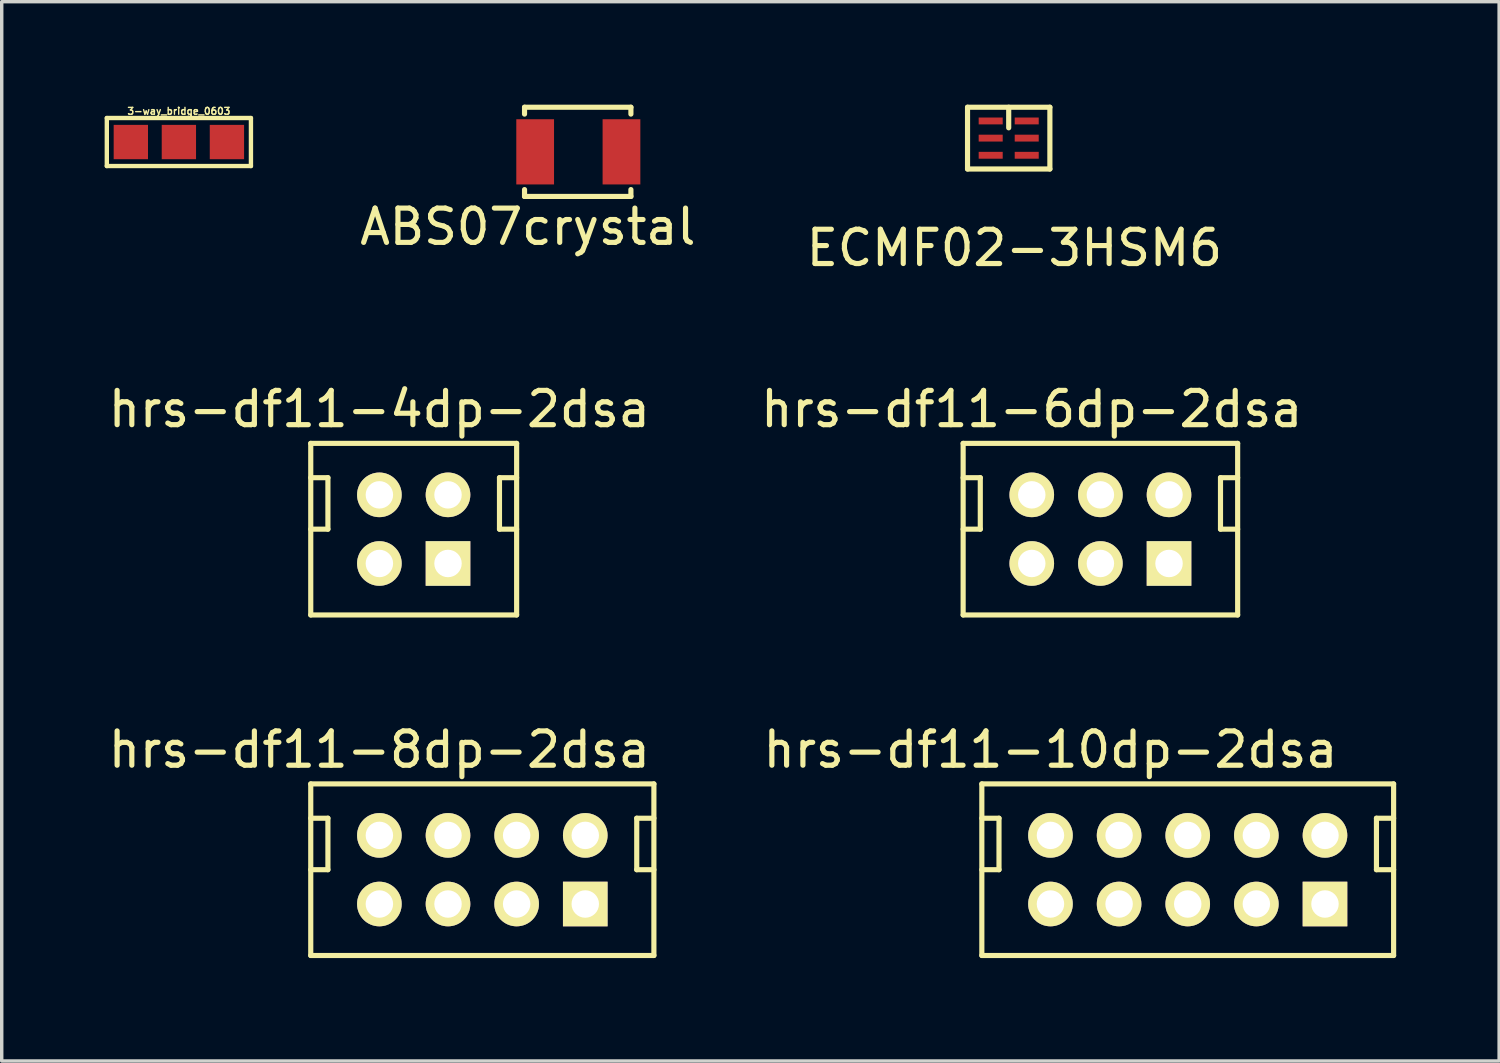
<source format=kicad_pcb>
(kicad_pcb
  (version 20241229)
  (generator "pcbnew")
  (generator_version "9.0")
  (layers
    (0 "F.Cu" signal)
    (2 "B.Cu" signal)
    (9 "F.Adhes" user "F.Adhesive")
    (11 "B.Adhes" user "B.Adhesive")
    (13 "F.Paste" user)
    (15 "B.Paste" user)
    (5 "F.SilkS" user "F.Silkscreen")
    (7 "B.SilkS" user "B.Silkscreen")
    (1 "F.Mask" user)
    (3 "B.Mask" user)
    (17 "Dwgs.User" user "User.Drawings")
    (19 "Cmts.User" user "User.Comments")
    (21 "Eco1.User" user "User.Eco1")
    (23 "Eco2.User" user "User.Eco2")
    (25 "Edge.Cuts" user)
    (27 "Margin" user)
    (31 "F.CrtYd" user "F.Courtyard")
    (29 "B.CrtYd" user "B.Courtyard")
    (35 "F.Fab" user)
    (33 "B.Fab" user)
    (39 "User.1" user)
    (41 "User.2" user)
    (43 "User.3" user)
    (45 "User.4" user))
  (footprint "hrs-df11-10dp-2dsa"
    (layer "F.Cu")
    (at 31.563 22.295)
    (property "Reference" "hrs-df11-10dp-2dsa" (at -4 -3.5 0) (layer "F.SilkS") (effects (font (size 1 1) (thickness 0.15))))
    (attr through_hole)
    (fp_line (start -6 -2.5) (end 6 -2.5) (stroke (width 0.15) (type solid)) (layer "F.SilkS"))
    (fp_line (start -6 -1.5) (end -5.5 -1.5) (stroke (width 0.15) (type solid)) (layer "F.SilkS"))
    (fp_line (start -6 2.5) (end -6 -2.5) (stroke (width 0.15) (type solid)) (layer "F.SilkS"))
    (fp_line (start -6 2.5) (end 6 2.5) (stroke (width 0.15) (type solid)) (layer "F.SilkS"))
    (fp_line (start -5.5 -1.5) (end -5.5 0) (stroke (width 0.15) (type solid)) (layer "F.SilkS"))
    (fp_line (start -5.5 0) (end -6 0) (stroke (width 0.15) (type solid)) (layer "F.SilkS"))
    (fp_line (start 5.5 -1.5) (end 5.5 0) (stroke (width 0.15) (type solid)) (layer "F.SilkS"))
    (fp_line (start 5.5 0) (end 6 0) (stroke (width 0.15) (type solid)) (layer "F.SilkS"))
    (fp_line (start 6 -2.5) (end 6 2.5) (stroke (width 0.15) (type solid)) (layer "F.SilkS"))
    (fp_line (start 6 -1.5) (end 5.5 -1.5) (stroke (width 0.15) (type solid)) (layer "F.SilkS"))
    (pad "1" thru_hole rect (at 4 1) (size 1.3 1.3) (drill 0.8) (layers "*.Cu" "*.Mask" "F.SilkS"))
    (pad "2" thru_hole circle (at 4 -1) (size 1.3 1.3) (drill 0.8) (layers "*.Cu" "*.Mask" "F.SilkS"))
    (pad "3" thru_hole circle (at 2 1) (size 1.3 1.3) (drill 0.8) (layers "*.Cu" "*.Mask" "F.SilkS"))
    (pad "4" thru_hole circle (at 2 -1) (size 1.3 1.3) (drill 0.8) (layers "*.Cu" "*.Mask" "F.SilkS"))
    (pad "5" thru_hole circle (at 0 1) (size 1.3 1.3) (drill 0.8) (layers "*.Cu" "*.Mask" "F.SilkS"))
    (pad "6" thru_hole circle (at 0 -1) (size 1.3 1.3) (drill 0.8) (layers "*.Cu" "*.Mask" "F.SilkS"))
    (pad "7" thru_hole circle (at -2 1) (size 1.3 1.3) (drill 0.8) (layers "*.Cu" "*.Mask" "F.SilkS"))
    (pad "8" thru_hole circle (at -2 -1) (size 1.3 1.3) (drill 0.8) (layers "*.Cu" "*.Mask" "F.SilkS"))
    (pad "9" thru_hole circle (at -4 1) (size 1.3 1.3) (drill 0.8) (layers "*.Cu" "*.Mask" "F.SilkS"))
    (pad "10" thru_hole circle (at -4 -1) (size 1.3 1.3) (drill 0.8) (layers "*.Cu" "*.Mask" "F.SilkS")))
  (footprint "hrs-df11-6dp-2dsa"
    (layer "F.Cu")
    (at 29.018 12.371)
    (property "Reference" "hrs-df11-6dp-2dsa" (at -2 -3.5 0) (layer "F.SilkS") (effects (font (size 1 1) (thickness 0.15))))
    (attr through_hole)
    (fp_line (start -4 -2.5) (end 4 -2.5) (stroke (width 0.15) (type solid)) (layer "F.SilkS"))
    (fp_line (start -4 -1.5) (end -3.5 -1.5) (stroke (width 0.15) (type solid)) (layer "F.SilkS"))
    (fp_line (start -4 2.5) (end -4 -2.5) (stroke (width 0.15) (type solid)) (layer "F.SilkS"))
    (fp_line (start -4 2.5) (end 4 2.5) (stroke (width 0.15) (type solid)) (layer "F.SilkS"))
    (fp_line (start -3.5 -1.5) (end -3.5 0) (stroke (width 0.15) (type solid)) (layer "F.SilkS"))
    (fp_line (start -3.5 0) (end -4 0) (stroke (width 0.15) (type solid)) (layer "F.SilkS"))
    (fp_line (start 3.5 -1.5) (end 3.5 0) (stroke (width 0.15) (type solid)) (layer "F.SilkS"))
    (fp_line (start 3.5 0) (end 4 0) (stroke (width 0.15) (type solid)) (layer "F.SilkS"))
    (fp_line (start 4 -2.5) (end 4 2.5) (stroke (width 0.15) (type solid)) (layer "F.SilkS"))
    (fp_line (start 4 -1.5) (end 3.5 -1.5) (stroke (width 0.15) (type solid)) (layer "F.SilkS"))
    (pad "1" thru_hole rect (at 2 1) (size 1.3 1.3) (drill 0.8) (layers "*.Cu" "*.Mask" "F.SilkS"))
    (pad "2" thru_hole circle (at 2 -1) (size 1.3 1.3) (drill 0.8) (layers "*.Cu" "*.Mask" "F.SilkS"))
    (pad "3" thru_hole circle (at 0 1) (size 1.3 1.3) (drill 0.8) (layers "*.Cu" "*.Mask" "F.SilkS"))
    (pad "4" thru_hole circle (at 0 -1) (size 1.3 1.3) (drill 0.8) (layers "*.Cu" "*.Mask" "F.SilkS"))
    (pad "5" thru_hole circle (at -2 1) (size 1.3 1.3) (drill 0.8) (layers "*.Cu" "*.Mask" "F.SilkS"))
    (pad "6" thru_hole circle (at -2 -1) (size 1.3 1.3) (drill 0.8) (layers "*.Cu" "*.Mask" "F.SilkS")))
  (footprint "ECMF02-3HSM6"
    (layer "F.Cu")
    (at 26.346 0.975)
    (property "Reference" "ECMF02-3HSM6" (at 0.165 3.2 0) (layer "F.SilkS") (effects (font (size 1 1) (thickness 0.15))))
    (attr through_hole)
    (fp_line (start -1.2 -0.9) (end -1.2 0.9) (stroke (width 0.15) (type solid)) (layer "F.SilkS"))
    (fp_line (start -1.2 0.9) (end 1.2 0.9) (stroke (width 0.15) (type solid)) (layer "F.SilkS"))
    (fp_line (start 0 -0.9) (end 0 -0.3) (stroke (width 0.15) (type solid)) (layer "F.SilkS"))
    (fp_line (start 1.2 -0.9) (end -1.2 -0.9) (stroke (width 0.15) (type solid)) (layer "F.SilkS"))
    (fp_line (start 1.2 0.9) (end 1.2 -0.9) (stroke (width 0.15) (type solid)) (layer "F.SilkS"))
    (pad "1" smd trapezoid (at -0.525 -0.5) (size 0.7 0.2) (layers "F.Cu" "F.Mask" "F.Paste"))
    (pad "2" smd trapezoid (at -0.525 0) (size 0.7 0.2) (layers "F.Cu" "F.Mask" "F.Paste"))
    (pad "3" smd trapezoid (at -0.525 0.5) (size 0.7 0.2) (layers "F.Cu" "F.Mask" "F.Paste"))
    (pad "4" smd trapezoid (at 0.525 0.5) (size 0.7 0.2) (layers "F.Cu" "F.Mask" "F.Paste"))
    (pad "5" smd trapezoid (at 0.525 0) (size 0.7 0.2) (layers "F.Cu" "F.Mask" "F.Paste"))
    (pad "6" smd trapezoid (at 0.525 -0.5) (size 0.7 0.2) (layers "F.Cu" "F.Mask" "F.Paste")))
  (footprint "3-way_bridge_0603"
    (layer "F.Cu")
    (at 2.163 1.089)
    (property "Reference" "3-way_bridge_0603" (at 0 -0.9 0) (layer "F.SilkS") (effects (font (size 0.201 0.201) (thickness 0.041))))
    (attr through_hole)
    (fp_line (start -2.1 -0.7) (end -2.1 0.7) (stroke (width 0.127) (type solid)) (layer "F.SilkS"))
    (fp_line (start -2.1 -0.7) (end 2.1 -0.7) (stroke (width 0.127) (type solid)) (layer "F.SilkS"))
    (fp_line (start 2.1 -0.7) (end 2.1 0.7) (stroke (width 0.127) (type solid)) (layer "F.SilkS"))
    (fp_line (start 2.1 0.7) (end -2.1 0.7) (stroke (width 0.127) (type solid)) (layer "F.SilkS"))
    (pad "1" smd rect (at 1.4 0) (size 1 1) (layers "F.Cu" "F.Mask" "F.Paste"))
    (pad "2" smd rect (at 0 0) (size 1 1) (layers "F.Cu" "F.Mask" "F.Paste"))
    (pad "3" smd rect (at -1.4 0) (size 1 1) (layers "F.Cu" "F.Mask" "F.Paste")))
  (footprint "hrs-df11-8dp-2dsa"
    (layer "F.Cu")
    (at 11.006 22.295)
    (property "Reference" "hrs-df11-8dp-2dsa" (at -3 -3.5 0) (layer "F.SilkS") (effects (font (size 1 1) (thickness 0.15))))
    (attr through_hole)
    (fp_line (start -5 -2.5) (end 5 -2.5) (stroke (width 0.15) (type solid)) (layer "F.SilkS"))
    (fp_line (start -5 -1.5) (end -4.5 -1.5) (stroke (width 0.15) (type solid)) (layer "F.SilkS"))
    (fp_line (start -5 2.5) (end -5 -2.5) (stroke (width 0.15) (type solid)) (layer "F.SilkS"))
    (fp_line (start -5 2.5) (end 5 2.5) (stroke (width 0.15) (type solid)) (layer "F.SilkS"))
    (fp_line (start -4.5 -1.5) (end -4.5 0) (stroke (width 0.15) (type solid)) (layer "F.SilkS"))
    (fp_line (start -4.5 0) (end -5 0) (stroke (width 0.15) (type solid)) (layer "F.SilkS"))
    (fp_line (start 4.5 -1.5) (end 4.5 0) (stroke (width 0.15) (type solid)) (layer "F.SilkS"))
    (fp_line (start 4.5 0) (end 5 0) (stroke (width 0.15) (type solid)) (layer "F.SilkS"))
    (fp_line (start 5 -2.5) (end 5 2.5) (stroke (width 0.15) (type solid)) (layer "F.SilkS"))
    (fp_line (start 5 -1.5) (end 4.5 -1.5) (stroke (width 0.15) (type solid)) (layer "F.SilkS"))
    (pad "1" thru_hole rect (at 3 1) (size 1.3 1.3) (drill 0.8) (layers "*.Cu" "*.Mask" "F.SilkS"))
    (pad "2" thru_hole circle (at 3 -1) (size 1.3 1.3) (drill 0.8) (layers "*.Cu" "*.Mask" "F.SilkS"))
    (pad "3" thru_hole circle (at 1 1) (size 1.3 1.3) (drill 0.8) (layers "*.Cu" "*.Mask" "F.SilkS"))
    (pad "4" thru_hole circle (at 1 -1) (size 1.3 1.3) (drill 0.8) (layers "*.Cu" "*.Mask" "F.SilkS"))
    (pad "5" thru_hole circle (at -1 1) (size 1.3 1.3) (drill 0.8) (layers "*.Cu" "*.Mask" "F.SilkS"))
    (pad "6" thru_hole circle (at -1 -1) (size 1.3 1.3) (drill 0.8) (layers "*.Cu" "*.Mask" "F.SilkS"))
    (pad "7" thru_hole circle (at -3 1) (size 1.3 1.3) (drill 0.8) (layers "*.Cu" "*.Mask" "F.SilkS"))
    (pad "8" thru_hole circle (at -3 -1) (size 1.3 1.3) (drill 0.8) (layers "*.Cu" "*.Mask" "F.SilkS")))
  (footprint "hrs-df11-4dp-2dsa"
    (layer "F.Cu")
    (at 9.006 12.371)
    (property "Reference" "hrs-df11-4dp-2dsa" (at -1 -3.5 0) (layer "F.SilkS") (effects (font (size 1 1) (thickness 0.15))))
    (attr through_hole)
    (fp_line (start -3 -2.5) (end 3 -2.5) (stroke (width 0.15) (type solid)) (layer "F.SilkS"))
    (fp_line (start -3 -1.5) (end -2.5 -1.5) (stroke (width 0.15) (type solid)) (layer "F.SilkS"))
    (fp_line (start -3 2.5) (end -3 -2.5) (stroke (width 0.15) (type solid)) (layer "F.SilkS"))
    (fp_line (start -2.5 -1.5) (end -2.5 0) (stroke (width 0.15) (type solid)) (layer "F.SilkS"))
    (fp_line (start -2.5 0) (end -3 0) (stroke (width 0.15) (type solid)) (layer "F.SilkS"))
    (fp_line (start 2.5 -1.5) (end 2.5 0) (stroke (width 0.15) (type solid)) (layer "F.SilkS"))
    (fp_line (start 2.5 0) (end 3 0) (stroke (width 0.15) (type solid)) (layer "F.SilkS"))
    (fp_line (start 3 -2.5) (end 3 2.5) (stroke (width 0.15) (type solid)) (layer "F.SilkS"))
    (fp_line (start 3 -1.5) (end 2.5 -1.5) (stroke (width 0.15) (type solid)) (layer "F.SilkS"))
    (fp_line (start 3 2.5) (end -3 2.5) (stroke (width 0.15) (type solid)) (layer "F.SilkS"))
    (pad "1" thru_hole rect (at 1 1) (size 1.3 1.3) (drill 0.8) (layers "*.Cu" "*.Mask" "F.SilkS"))
    (pad "2" thru_hole circle (at 1 -1) (size 1.3 1.3) (drill 0.8) (layers "*.Cu" "*.Mask" "F.SilkS"))
    (pad "3" thru_hole circle (at -1 1) (size 1.3 1.3) (drill 0.8) (layers "*.Cu" "*.Mask" "F.SilkS"))
    (pad "4" thru_hole circle (at -1 -1) (size 1.3 1.3) (drill 0.8) (layers "*.Cu" "*.Mask" "F.SilkS")))
  (footprint "ABS07crystal"
    (layer "F.Cu")
    (at 12.536 1.375)
    (property "Reference" "ABS07crystal" (at -0.203 2.184 0) (layer "F.SilkS") (effects (font (size 1 1) (thickness 0.15))))
    (attr through_hole)
    (fp_line (start -0.3 -1.3) (end -0.3 -1.1) (stroke (width 0.15) (type solid)) (layer "F.SilkS"))
    (fp_line (start -0.3 -1.3) (end 2.8 -1.3) (stroke (width 0.15) (type solid)) (layer "F.SilkS"))
    (fp_line (start -0.3 1.1) (end -0.3 1.3) (stroke (width 0.15) (type solid)) (layer "F.SilkS"))
    (fp_line (start -0.3 1.3) (end 2.8 1.3) (stroke (width 0.15) (type solid)) (layer "F.SilkS"))
    (fp_line (start 2.8 -1.3) (end 2.8 -1.1) (stroke (width 0.15) (type solid)) (layer "F.SilkS"))
    (fp_line (start 2.8 1.3) (end 2.8 1.1) (stroke (width 0.15) (type solid)) (layer "F.SilkS"))
    (pad "1" smd trapezoid (at 0.01 0) (size 1.1 1.9) (layers "F.Cu" "F.Mask" "F.Paste"))
    (pad "2" smd trapezoid (at 2.525 0) (size 1.1 1.9) (layers "F.Cu" "F.Mask" "F.Paste")))
  (gr_rect
    (start -3 -3)
    (end 40.638 27.87)
    (stroke (width 0.1) (type default))
    (fill no)
    (layer "Edge.Cuts")))
</source>
